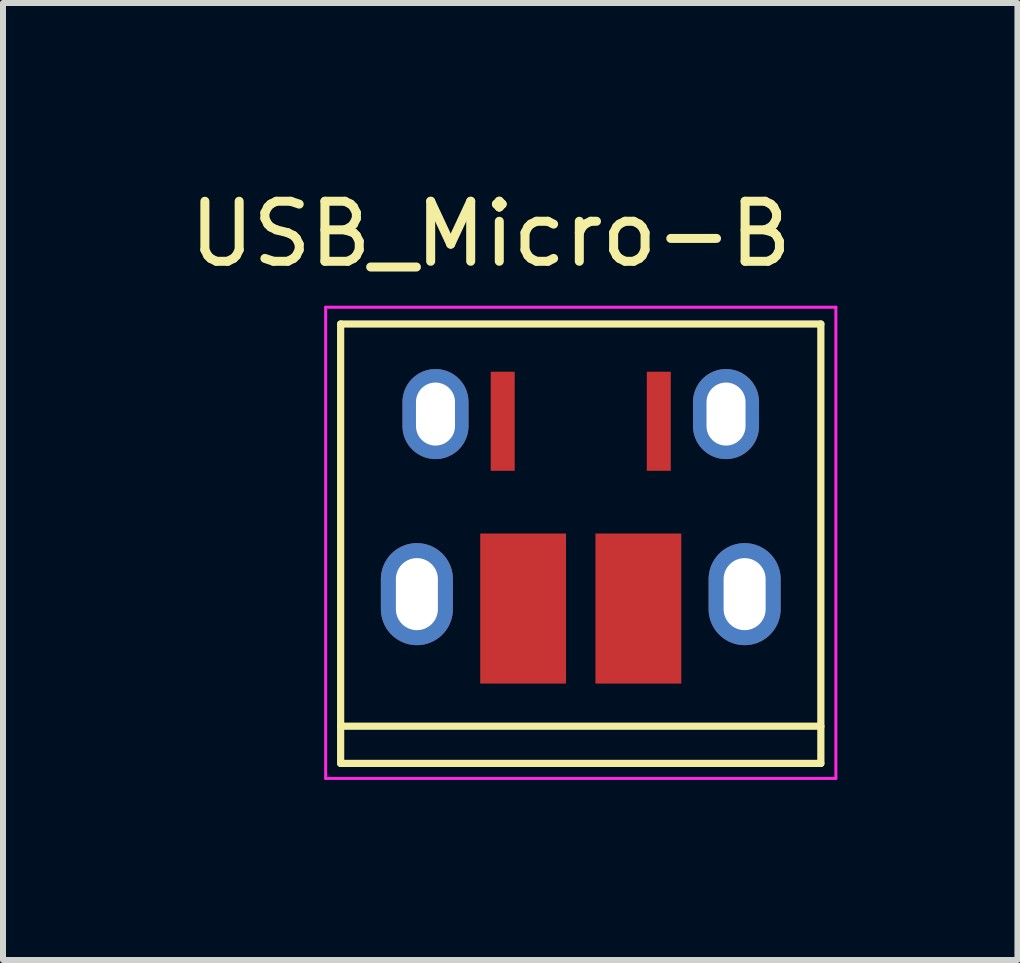
<source format=kicad_pcb>
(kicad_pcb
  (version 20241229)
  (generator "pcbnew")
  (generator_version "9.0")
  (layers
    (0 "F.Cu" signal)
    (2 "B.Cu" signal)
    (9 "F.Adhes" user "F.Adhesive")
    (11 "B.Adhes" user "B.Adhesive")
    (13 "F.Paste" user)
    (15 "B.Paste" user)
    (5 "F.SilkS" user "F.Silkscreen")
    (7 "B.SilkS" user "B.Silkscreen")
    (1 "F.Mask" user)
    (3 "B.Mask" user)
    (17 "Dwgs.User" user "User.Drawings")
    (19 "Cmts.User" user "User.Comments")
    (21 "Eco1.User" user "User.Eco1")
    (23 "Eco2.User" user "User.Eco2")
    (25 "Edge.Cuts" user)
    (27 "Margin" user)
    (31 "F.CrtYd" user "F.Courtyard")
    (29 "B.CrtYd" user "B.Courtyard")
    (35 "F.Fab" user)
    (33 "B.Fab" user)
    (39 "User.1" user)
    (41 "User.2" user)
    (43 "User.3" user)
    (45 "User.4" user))
  (footprint "USB_Micro-B"
    (layer "F.Cu")
    (at 6.625 5.468)
    (property "Reference" "USB_Micro-B" (at -1.5 -4.62 0) (layer "F.SilkS") (effects (font (size 1 1) (thickness 0.15))))
    (attr smd)
    (fp_line (start -4 -3.12) (end 4 -3.12) (stroke (width 0.12) (type solid)) (layer "F.SilkS"))
    (fp_line (start -4 4.2) (end -4 -3.12) (stroke (width 0.12) (type solid)) (layer "F.SilkS"))
    (fp_line (start -4 4.2) (end 4 4.2) (stroke (width 0.12) (type solid)) (layer "F.SilkS"))
    (fp_line (start 4 -3.12) (end 4 4.2) (stroke (width 0.12) (type solid)) (layer "F.SilkS"))
    (fp_line (start 4 3.58) (end -4 3.58) (stroke (width 0.12) (type solid)) (layer "F.SilkS"))
    (fp_line (start -4.25 -3.4) (end 4.25 -3.4) (stroke (width 0.05) (type solid)) (layer "F.CrtYd"))
    (fp_line (start -4.25 4.45) (end -4.25 -3.4) (stroke (width 0.05) (type solid)) (layer "F.CrtYd"))
    (fp_line (start 4.25 -3.4) (end 4.25 4.45) (stroke (width 0.05) (type solid)) (layer "F.CrtYd"))
    (fp_line (start 4.25 4.45) (end -4.25 4.45) (stroke (width 0.05) (type solid)) (layer "F.CrtYd"))
    (pad "1" smd rect (at -1.3 -1.5 90) (size 1.65 0.4) (layers "F.Cu" "F.Mask" "F.Paste"))
    (pad "4" smd rect (at 1.3 -1.5 90) (size 1.65 0.4) (layers "F.Cu" "F.Mask" "F.Paste"))
    (pad "6" thru_hole oval (at -2.73 1.38 90) (size 1.7 1.2) (drill oval 1.2 0.7) (layers "*.Cu" "*.Mask"))
    (pad "6" thru_hole oval (at -2.42 -1.62 90) (size 1.5 1.1) (drill oval 1.05 0.65) (layers "*.Cu" "*.Mask"))
    (pad "6" smd rect (at -0.96 1.62 90) (size 2.5 1.43) (layers "F.Cu" "F.Mask" "F.Paste"))
    (pad "6" smd rect (at 0.96 1.62 90) (size 2.5 1.43) (layers "F.Cu" "F.Mask" "F.Paste"))
    (pad "6" thru_hole oval (at 2.42 -1.62 90) (size 1.5 1.1) (drill oval 1.05 0.65) (layers "*.Cu" "*.Mask"))
    (pad "6" thru_hole oval (at 2.73 1.38 90) (size 1.7 1.2) (drill oval 1.2 0.7) (layers "*.Cu" "*.Mask")))
  (gr_rect
    (start -3 -3)
    (end 13.9 12.943)
    (stroke (width 0.1) (type default))
    (fill no)
    (layer "Edge.Cuts")))
</source>
